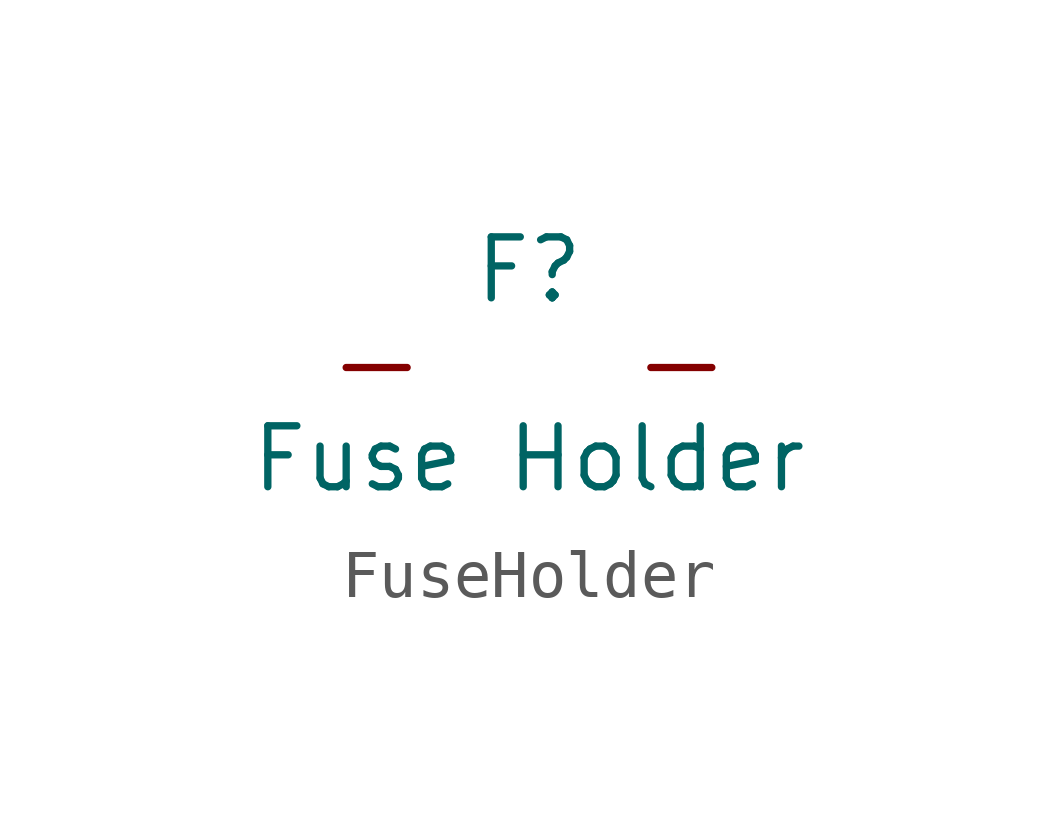
<source format=kicad_sym>
(kicad_symbol_lib
  (version 20220914)
  (generator kicad_symbol_editor)
  (symbol "FuseHolder"
    (pin_numbers hide)
    (pin_names
      (offset 0))
    (property "Reference" "F"
      (at 0 2.032 0)
      (effects (font (size 1.27 1.27))))
    (property "Value" "Fuse Holder"
      (at 0 -1.905 0)
      (effects (font (size 1.27 1.27))))
    (symbol "FuseHolder_1_1"
      (pin passive line (at -3.81 0 0) (length 1.27) (name "~" (effects (font (size 1.27 1.27)))) (number "1" (effects (font (size 1.27 1.27)))))
      (pin passive line (at 3.81 0 180) (length 1.27) (name "~" (effects (font (size 1.27 1.27)))) (number "2" (effects (font (size 1.27 1.27))))))))
</source>
